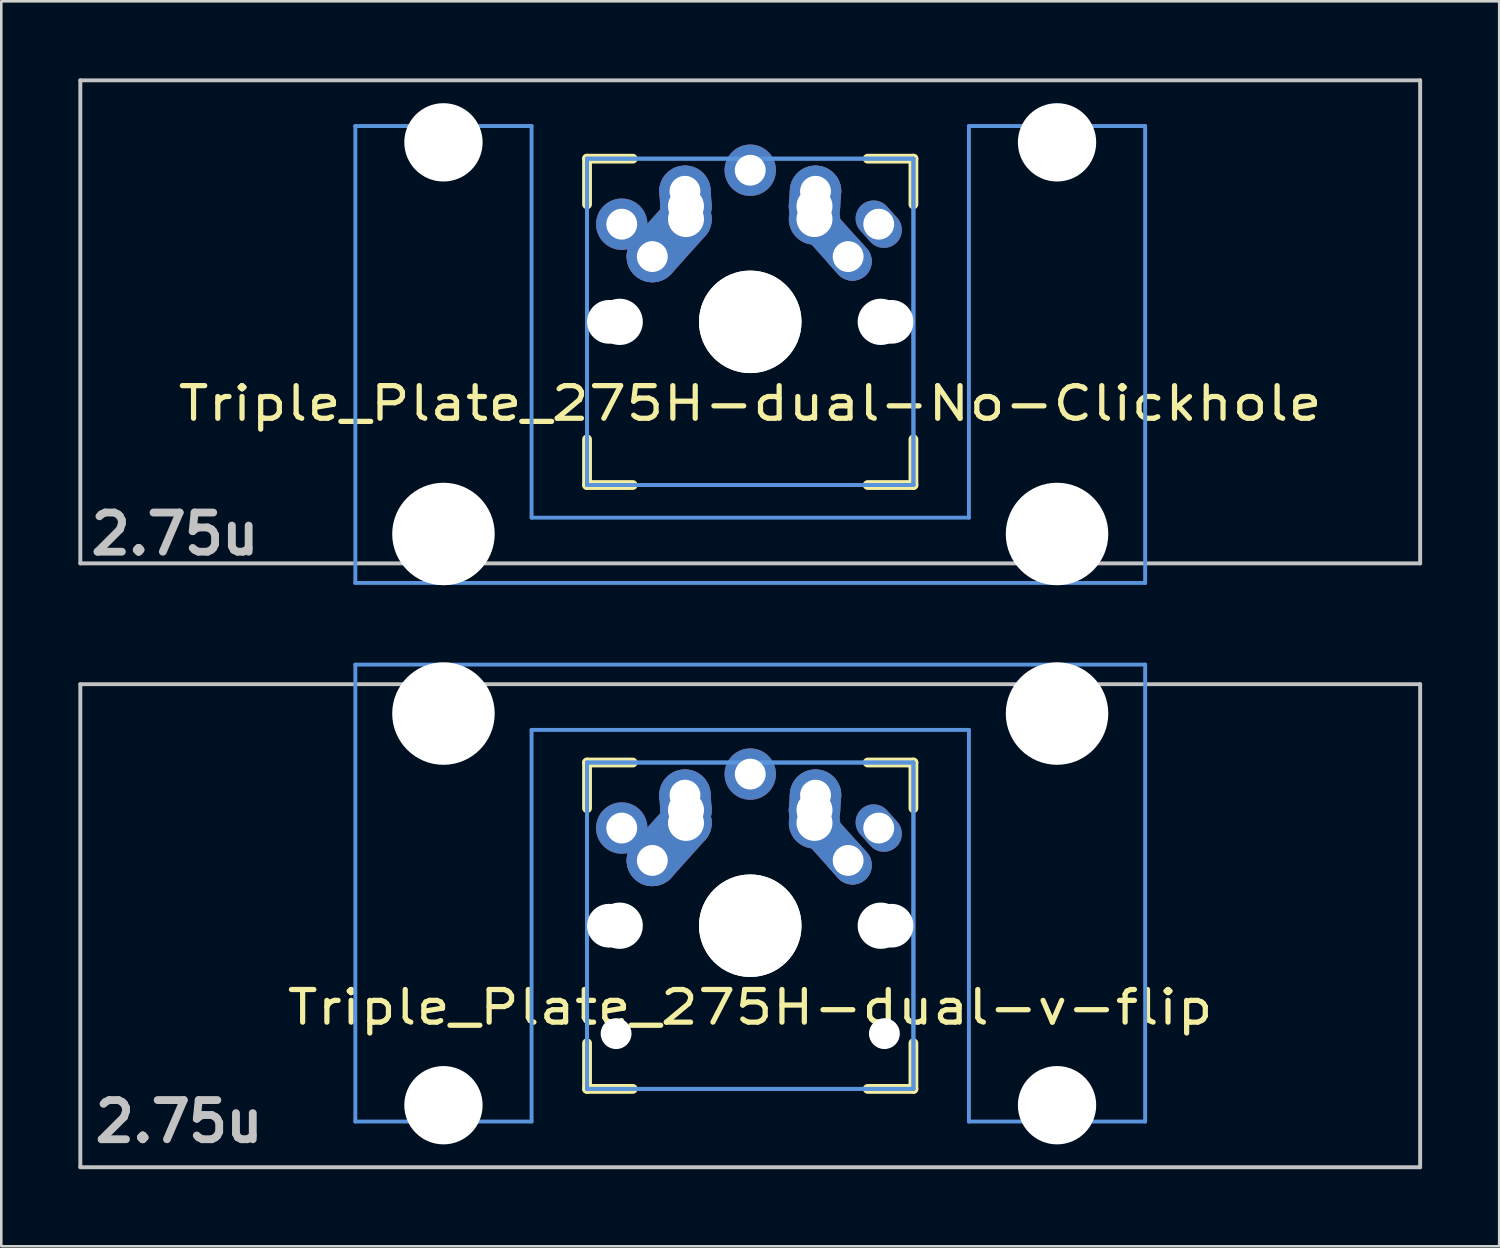
<source format=kicad_pcb>
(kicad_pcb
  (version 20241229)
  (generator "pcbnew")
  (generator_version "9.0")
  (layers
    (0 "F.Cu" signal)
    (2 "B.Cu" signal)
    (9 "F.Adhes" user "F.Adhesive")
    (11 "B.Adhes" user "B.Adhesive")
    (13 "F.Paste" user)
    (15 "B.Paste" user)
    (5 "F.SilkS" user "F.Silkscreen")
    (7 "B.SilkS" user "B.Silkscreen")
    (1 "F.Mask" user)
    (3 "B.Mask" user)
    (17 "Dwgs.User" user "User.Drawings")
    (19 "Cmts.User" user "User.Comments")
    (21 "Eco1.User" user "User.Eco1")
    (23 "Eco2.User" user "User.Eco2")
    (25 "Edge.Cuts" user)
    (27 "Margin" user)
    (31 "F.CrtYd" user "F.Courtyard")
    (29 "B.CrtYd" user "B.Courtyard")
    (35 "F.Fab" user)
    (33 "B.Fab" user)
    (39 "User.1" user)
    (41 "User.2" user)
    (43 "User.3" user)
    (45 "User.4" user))
  (footprint "Triple_Plate_275H-dual-v-flip"
    (layer "F.Cu")
    (at 26.144 32.972)
    (property "Reference" "Triple_Plate_275H-dual-v-flip" (at 0 3.175 0) (layer "F.SilkS") (effects (font (size 1.27 1.524) (thickness 0.203))))
    (attr through_hole)
    (fp_line (start -6.35 -6.35) (end -4.572 -6.35) (stroke (width 0.381) (type solid)) (layer "F.SilkS"))
    (fp_line (start -6.35 -4.572) (end -6.35 -6.35) (stroke (width 0.381) (type solid)) (layer "F.SilkS"))
    (fp_line (start -6.35 6.35) (end -6.35 4.572) (stroke (width 0.381) (type solid)) (layer "F.SilkS"))
    (fp_line (start -4.572 6.35) (end -6.35 6.35) (stroke (width 0.381) (type solid)) (layer "F.SilkS"))
    (fp_line (start 4.572 -6.35) (end 6.35 -6.35) (stroke (width 0.381) (type solid)) (layer "F.SilkS"))
    (fp_line (start 6.35 -6.35) (end 6.35 -4.572) (stroke (width 0.381) (type solid)) (layer "F.SilkS"))
    (fp_line (start 6.35 4.572) (end 6.35 6.35) (stroke (width 0.381) (type solid)) (layer "F.SilkS"))
    (fp_line (start 6.35 6.35) (end 4.572 6.35) (stroke (width 0.381) (type solid)) (layer "F.SilkS"))
    (fp_line (start -26.068 -9.398) (end 26.068 -9.398) (stroke (width 0.152) (type solid)) (layer "Dwgs.User"))
    (fp_line (start -26.068 9.398) (end -26.068 -9.398) (stroke (width 0.152) (type solid)) (layer "Dwgs.User"))
    (fp_line (start 26.068 -9.398) (end 26.068 9.398) (stroke (width 0.152) (type solid)) (layer "Dwgs.User"))
    (fp_line (start 26.068 9.398) (end -26.068 9.398) (stroke (width 0.152) (type solid)) (layer "Dwgs.User"))
    (fp_line (start -15.367 -10.16) (end -15.367 7.62) (stroke (width 0.152) (type solid)) (layer "Cmts.User"))
    (fp_line (start -15.367 7.62) (end -8.509 7.62) (stroke (width 0.152) (type solid)) (layer "Cmts.User"))
    (fp_line (start -8.509 -7.62) (end 8.509 -7.62) (stroke (width 0.152) (type solid)) (layer "Cmts.User"))
    (fp_line (start -8.509 7.62) (end -8.509 -7.62) (stroke (width 0.152) (type solid)) (layer "Cmts.User"))
    (fp_line (start -6.35 -6.35) (end 6.35 -6.35) (stroke (width 0.152) (type solid)) (layer "Cmts.User"))
    (fp_line (start -6.35 -6.35) (end 6.35 -6.35) (stroke (width 0.152) (type solid)) (layer "Cmts.User"))
    (fp_line (start -6.35 6.35) (end -6.35 -6.35) (stroke (width 0.152) (type solid)) (layer "Cmts.User"))
    (fp_line (start -6.35 6.35) (end -6.35 -6.35) (stroke (width 0.152) (type solid)) (layer "Cmts.User"))
    (fp_line (start 6.35 -6.35) (end 6.35 6.35) (stroke (width 0.152) (type solid)) (layer "Cmts.User"))
    (fp_line (start 6.35 -6.35) (end 6.35 6.35) (stroke (width 0.152) (type solid)) (layer "Cmts.User"))
    (fp_line (start 6.35 6.35) (end -6.35 6.35) (stroke (width 0.152) (type solid)) (layer "Cmts.User"))
    (fp_line (start 6.35 6.35) (end -6.35 6.35) (stroke (width 0.152) (type solid)) (layer "Cmts.User"))
    (fp_line (start 8.509 -7.62) (end 8.509 7.62) (stroke (width 0.152) (type solid)) (layer "Cmts.User"))
    (fp_line (start 8.509 7.62) (end 15.367 7.62) (stroke (width 0.152) (type solid)) (layer "Cmts.User"))
    (fp_line (start 15.367 -10.16) (end -15.367 -10.16) (stroke (width 0.152) (type solid)) (layer "Cmts.User"))
    (fp_line (start 15.367 7.62) (end 15.367 -10.16) (stroke (width 0.152) (type solid)) (layer "Cmts.User"))
    (fp_line (start -16.129 -0.508) (end -15.265 -0.508) (stroke (width 0.152) (type solid)) (layer "Eco2.User"))
    (fp_line (start -16.129 2.286) (end -16.129 -0.508) (stroke (width 0.152) (type solid)) (layer "Eco2.User"))
    (fp_line (start -15.265 -6.604) (end -14.224 -6.604) (stroke (width 0.152) (type solid)) (layer "Eco2.User"))
    (fp_line (start -15.265 -0.508) (end -15.265 -6.604) (stroke (width 0.152) (type solid)) (layer "Eco2.User"))
    (fp_line (start -15.265 2.286) (end -16.129 2.286) (stroke (width 0.152) (type solid)) (layer "Eco2.User"))
    (fp_line (start -15.265 5.69) (end -15.265 2.286) (stroke (width 0.152) (type solid)) (layer "Eco2.User"))
    (fp_line (start -14.224 -7.772) (end -9.652 -7.772) (stroke (width 0.152) (type solid)) (layer "Eco2.User"))
    (fp_line (start -14.224 -6.604) (end -14.224 -7.772) (stroke (width 0.152) (type solid)) (layer "Eco2.User"))
    (fp_line (start -9.652 -7.772) (end -9.652 -6.604) (stroke (width 0.152) (type solid)) (layer "Eco2.User"))
    (fp_line (start -9.652 -6.604) (end -8.611 -6.604) (stroke (width 0.152) (type solid)) (layer "Eco2.User"))
    (fp_line (start -8.611 -6.604) (end -8.611 -5.817) (stroke (width 0.152) (type solid)) (layer "Eco2.User"))
    (fp_line (start -8.611 -5.817) (end -6.985 -5.817) (stroke (width 0.152) (type solid)) (layer "Eco2.User"))
    (fp_line (start -8.611 4.877) (end -8.611 5.69) (stroke (width 0.152) (type solid)) (layer "Eco2.User"))
    (fp_line (start -8.611 5.69) (end -15.265 5.69) (stroke (width 0.152) (type solid)) (layer "Eco2.User"))
    (fp_line (start -7.5 -7.5) (end 7.5 -7.5) (stroke (width 0.152) (type solid)) (layer "Eco2.User"))
    (fp_line (start -7.5 7.5) (end -7.5 -7.5) (stroke (width 0.152) (type solid)) (layer "Eco2.User"))
    (fp_line (start -6.985 -6.985) (end 6.985 -6.985) (stroke (width 0.152) (type solid)) (layer "Eco2.User"))
    (fp_line (start -6.985 -6.985) (end 6.985 -6.985) (stroke (width 0.152) (type solid)) (layer "Eco2.User"))
    (fp_line (start -6.985 -5.817) (end -6.985 -6.985) (stroke (width 0.152) (type solid)) (layer "Eco2.User"))
    (fp_line (start -6.985 4.877) (end -8.611 4.877) (stroke (width 0.152) (type solid)) (layer "Eco2.User"))
    (fp_line (start -6.985 6.985) (end -6.985 -6.985) (stroke (width 0.152) (type solid)) (layer "Eco2.User"))
    (fp_line (start -6.985 6.985) (end -6.985 4.877) (stroke (width 0.152) (type solid)) (layer "Eco2.User"))
    (fp_line (start 6.985 -6.985) (end 6.985 -5.817) (stroke (width 0.152) (type solid)) (layer "Eco2.User"))
    (fp_line (start 6.985 -6.985) (end 6.985 6.985) (stroke (width 0.152) (type solid)) (layer "Eco2.User"))
    (fp_line (start 6.985 -5.817) (end 8.611 -5.817) (stroke (width 0.152) (type solid)) (layer "Eco2.User"))
    (fp_line (start 6.985 4.877) (end 6.985 6.985) (stroke (width 0.152) (type solid)) (layer "Eco2.User"))
    (fp_line (start 6.985 6.985) (end -6.985 6.985) (stroke (width 0.152) (type solid)) (layer "Eco2.User"))
    (fp_line (start 6.985 6.985) (end -6.985 6.985) (stroke (width 0.152) (type solid)) (layer "Eco2.User"))
    (fp_line (start 7.5 -7.5) (end 7.5 7.5) (stroke (width 0.152) (type solid)) (layer "Eco2.User"))
    (fp_line (start 7.5 7.5) (end -7.5 7.5) (stroke (width 0.152) (type solid)) (layer "Eco2.User"))
    (fp_line (start 8.611 -6.604) (end 9.652 -6.604) (stroke (width 0.152) (type solid)) (layer "Eco2.User"))
    (fp_line (start 8.611 -5.817) (end 8.611 -6.604) (stroke (width 0.152) (type solid)) (layer "Eco2.User"))
    (fp_line (start 8.611 4.877) (end 6.985 4.877) (stroke (width 0.152) (type solid)) (layer "Eco2.User"))
    (fp_line (start 8.611 5.69) (end 8.611 4.877) (stroke (width 0.152) (type solid)) (layer "Eco2.User"))
    (fp_line (start 9.652 -7.772) (end 14.224 -7.772) (stroke (width 0.152) (type solid)) (layer "Eco2.User"))
    (fp_line (start 9.652 -6.604) (end 9.652 -7.772) (stroke (width 0.152) (type solid)) (layer "Eco2.User"))
    (fp_line (start 14.224 -7.772) (end 14.224 -6.604) (stroke (width 0.152) (type solid)) (layer "Eco2.User"))
    (fp_line (start 14.224 -6.604) (end 15.265 -6.604) (stroke (width 0.152) (type solid)) (layer "Eco2.User"))
    (fp_line (start 15.265 -6.604) (end 15.265 -0.508) (stroke (width 0.152) (type solid)) (layer "Eco2.User"))
    (fp_line (start 15.265 -0.508) (end 16.129 -0.508) (stroke (width 0.152) (type solid)) (layer "Eco2.User"))
    (fp_line (start 15.265 2.286) (end 15.265 5.69) (stroke (width 0.152) (type solid)) (layer "Eco2.User"))
    (fp_line (start 15.265 5.69) (end 8.611 5.69) (stroke (width 0.152) (type solid)) (layer "Eco2.User"))
    (fp_line (start 16.129 -0.508) (end 16.129 2.286) (stroke (width 0.152) (type solid)) (layer "Eco2.User"))
    (fp_line (start 16.129 2.286) (end 15.265 2.286) (stroke (width 0.152) (type solid)) (layer "Eco2.User"))
    (fp_text user "2.75u" (at -22.225 7.62 180) (layer "Dwgs.User") (effects (font (size 1.524 1.524) (thickness 0.305))))
    (pad "" np_thru_hole circle (at -11.938 -8.255 180) (size 3.988 3.988) (drill 3.988) (layers "*.Cu"))
    (pad "" np_thru_hole circle (at -11.938 6.985 180) (size 3.048 3.048) (drill 3.048) (layers "*.Cu"))
    (pad "" np_thru_hole circle (at -5.5 0) (size 1.7 1.7) (drill 1.7) (layers "*.Cu"))
    (pad "" np_thru_hole circle (at -5.22 4.2) (size 1.2 1.2) (drill 1.2) (layers "*.Cu"))
    (pad "" np_thru_hole circle (at -5.08 0) (size 1.8 1.8) (drill 1.8) (layers "*.Cu"))
    (pad "" np_thru_hole circle (at 0 0) (size 3.988 3.988) (drill 3.988) (layers "*.Cu"))
    (pad "" np_thru_hole circle (at 0 0) (size 3.988 3.988) (drill 3.988) (layers "*.Cu"))
    (pad "" np_thru_hole circle (at 5.08 0) (size 1.8 1.8) (drill 1.8) (layers "*.Cu"))
    (pad "" np_thru_hole circle (at 5.22 4.2) (size 1.2 1.2) (drill 1.2) (layers "*.Cu"))
    (pad "" np_thru_hole circle (at 5.5 0) (size 1.7 1.7) (drill 1.7) (layers "*.Cu"))
    (pad "" np_thru_hole circle (at 11.938 -8.255 180) (size 3.988 3.988) (drill 3.988) (layers "*.Cu"))
    (pad "" np_thru_hole circle (at 11.938 6.985 180) (size 3.048 3.048) (drill 3.048) (layers "*.Cu"))
    (pad "1" thru_hole circle (at -5 -3.8 138.1) (size 2 2) (drill 1.2) (layers "*.Cu" "*.Mask"))
    (pad "1" thru_hole circle (at -3.81 -2.54) (size 2 2) (drill oval 1.2) (layers "*.Cu" "*.Mask"))
    (pad "1" smd oval (at -3.155 -3.27 138.1) (size 2 3.962) (layers "F.Cu" "F.Mask" "F.Paste"))
    (pad "1" smd oval (at -3.155 -3.27 138.1) (size 2 3.962) (layers "B.Cu" "B.Mask" "B.Paste"))
    (pad "1" thru_hole circle (at -2.54 -5.08 330.95) (size 2 2) (drill 1.2) (layers "*.Cu" "*.Mask"))
    (pad "1" smd oval (at -2.52 -4.79 3.945) (size 2 2.581) (layers "F.Cu" "F.Mask" "F.Paste"))
    (pad "1" smd oval (at -2.52 -4.79 3.945) (size 2 2.581) (layers "B.Cu" "B.Mask" "B.Paste"))
    (pad "1" thru_hole circle (at -2.5 -4.5 330.95) (size 2 2) (drill 1.4) (layers "*.Cu" "*.Mask"))
    (pad "1" thru_hole circle (at -2.5 -4 330.95) (size 2 2) (drill 1.4) (layers "*.Cu" "*.Mask"))
    (pad "1" thru_hole oval (at 5 -3.8 221.9) (size 1.4 2) (drill 1.2) (layers "*.Cu" "*.Mask"))
    (pad "2" thru_hole circle (at 0 -5.9) (size 2 2) (drill 1.2) (layers "*.Cu" "*.Mask"))
    (pad "2" thru_hole circle (at 2.5 -4.5 330.95) (size 2 2) (drill 1.4) (layers "*.Cu" "*.Mask"))
    (pad "2" thru_hole circle (at 2.5 -4) (size 2 2) (drill 1.4) (layers "*.Cu" "*.Mask"))
    (pad "2" smd oval (at 2.52 -4.79 356.055) (size 2 2.581) (layers "F.Cu" "F.Mask" "F.Paste"))
    (pad "2" smd oval (at 2.52 -4.79 356.055) (size 2 2.581) (layers "B.Cu" "B.Mask" "B.Paste"))
    (pad "2" thru_hole circle (at 2.54 -5.08 330.95) (size 2 2) (drill 1.2) (layers "*.Cu" "*.Mask"))
    (pad "2" smd oval (at 3.155 -3.27 221.9) (size 1.5 3.962) (layers "F.Cu" "F.Mask" "F.Paste"))
    (pad "2" smd oval (at 3.155 -3.27 221.9) (size 1.5 3.962) (layers "B.Cu" "B.Mask" "B.Paste"))
    (pad "2" thru_hole oval (at 3.81 -2.54 311.9) (size 2 1.5) (drill 1.2) (layers "*.Cu" "*.Mask")))
  (footprint "Triple_Plate_275H-dual-No-Clickhole"
    (layer "F.Cu")
    (at 26.144 9.474)
    (property "Reference" "Triple_Plate_275H-dual-No-Clickhole" (at 0 3.175 0) (layer "F.SilkS") (effects (font (size 1.27 1.524) (thickness 0.203))))
    (attr through_hole)
    (fp_line (start -6.35 -6.35) (end -4.572 -6.35) (stroke (width 0.381) (type solid)) (layer "F.SilkS"))
    (fp_line (start -6.35 -4.572) (end -6.35 -6.35) (stroke (width 0.381) (type solid)) (layer "F.SilkS"))
    (fp_line (start -6.35 6.35) (end -6.35 4.572) (stroke (width 0.381) (type solid)) (layer "F.SilkS"))
    (fp_line (start -4.572 6.35) (end -6.35 6.35) (stroke (width 0.381) (type solid)) (layer "F.SilkS"))
    (fp_line (start 4.572 -6.35) (end 6.35 -6.35) (stroke (width 0.381) (type solid)) (layer "F.SilkS"))
    (fp_line (start 6.35 -6.35) (end 6.35 -4.572) (stroke (width 0.381) (type solid)) (layer "F.SilkS"))
    (fp_line (start 6.35 4.572) (end 6.35 6.35) (stroke (width 0.381) (type solid)) (layer "F.SilkS"))
    (fp_line (start 6.35 6.35) (end 4.572 6.35) (stroke (width 0.381) (type solid)) (layer "F.SilkS"))
    (fp_line (start -26.068 -9.398) (end 26.068 -9.398) (stroke (width 0.152) (type solid)) (layer "Dwgs.User"))
    (fp_line (start -26.068 9.398) (end -26.068 -9.398) (stroke (width 0.152) (type solid)) (layer "Dwgs.User"))
    (fp_line (start 26.068 -9.398) (end 26.068 9.398) (stroke (width 0.152) (type solid)) (layer "Dwgs.User"))
    (fp_line (start 26.068 9.398) (end -26.068 9.398) (stroke (width 0.152) (type solid)) (layer "Dwgs.User"))
    (fp_line (start -15.367 -7.62) (end -15.367 10.16) (stroke (width 0.152) (type solid)) (layer "Cmts.User"))
    (fp_line (start -15.367 10.16) (end 15.367 10.16) (stroke (width 0.152) (type solid)) (layer "Cmts.User"))
    (fp_line (start -8.509 -7.62) (end -15.367 -7.62) (stroke (width 0.152) (type solid)) (layer "Cmts.User"))
    (fp_line (start -8.509 7.62) (end -8.509 -7.62) (stroke (width 0.152) (type solid)) (layer "Cmts.User"))
    (fp_line (start -6.35 -6.35) (end 6.35 -6.35) (stroke (width 0.152) (type solid)) (layer "Cmts.User"))
    (fp_line (start -6.35 -6.35) (end 6.35 -6.35) (stroke (width 0.152) (type solid)) (layer "Cmts.User"))
    (fp_line (start -6.35 6.35) (end -6.35 -6.35) (stroke (width 0.152) (type solid)) (layer "Cmts.User"))
    (fp_line (start -6.35 6.35) (end -6.35 -6.35) (stroke (width 0.152) (type solid)) (layer "Cmts.User"))
    (fp_line (start 6.35 -6.35) (end 6.35 6.35) (stroke (width 0.152) (type solid)) (layer "Cmts.User"))
    (fp_line (start 6.35 -6.35) (end 6.35 6.35) (stroke (width 0.152) (type solid)) (layer "Cmts.User"))
    (fp_line (start 6.35 6.35) (end -6.35 6.35) (stroke (width 0.152) (type solid)) (layer "Cmts.User"))
    (fp_line (start 6.35 6.35) (end -6.35 6.35) (stroke (width 0.152) (type solid)) (layer "Cmts.User"))
    (fp_line (start 8.509 -7.62) (end 8.509 7.62) (stroke (width 0.152) (type solid)) (layer "Cmts.User"))
    (fp_line (start 8.509 7.62) (end -8.509 7.62) (stroke (width 0.152) (type solid)) (layer "Cmts.User"))
    (fp_line (start 15.367 -7.62) (end 8.509 -7.62) (stroke (width 0.152) (type solid)) (layer "Cmts.User"))
    (fp_line (start 15.367 10.16) (end 15.367 -7.62) (stroke (width 0.152) (type solid)) (layer "Cmts.User"))
    (fp_line (start -16.129 -2.286) (end -15.265 -2.286) (stroke (width 0.152) (type solid)) (layer "Eco2.User"))
    (fp_line (start -16.129 0.508) (end -16.129 -2.286) (stroke (width 0.152) (type solid)) (layer "Eco2.User"))
    (fp_line (start -15.265 -5.69) (end -8.611 -5.69) (stroke (width 0.152) (type solid)) (layer "Eco2.User"))
    (fp_line (start -15.265 -2.286) (end -15.265 -5.69) (stroke (width 0.152) (type solid)) (layer "Eco2.User"))
    (fp_line (start -15.265 0.508) (end -16.129 0.508) (stroke (width 0.152) (type solid)) (layer "Eco2.User"))
    (fp_line (start -15.265 6.604) (end -15.265 0.508) (stroke (width 0.152) (type solid)) (layer "Eco2.User"))
    (fp_line (start -14.224 6.604) (end -15.265 6.604) (stroke (width 0.152) (type solid)) (layer "Eco2.User"))
    (fp_line (start -14.224 7.772) (end -14.224 6.604) (stroke (width 0.152) (type solid)) (layer "Eco2.User"))
    (fp_line (start -9.652 6.604) (end -9.652 7.772) (stroke (width 0.152) (type solid)) (layer "Eco2.User"))
    (fp_line (start -9.652 7.772) (end -14.224 7.772) (stroke (width 0.152) (type solid)) (layer "Eco2.User"))
    (fp_line (start -8.611 -5.69) (end -8.611 -4.877) (stroke (width 0.152) (type solid)) (layer "Eco2.User"))
    (fp_line (start -8.611 -4.877) (end -6.985 -4.877) (stroke (width 0.152) (type solid)) (layer "Eco2.User"))
    (fp_line (start -8.611 5.817) (end -8.611 6.604) (stroke (width 0.152) (type solid)) (layer "Eco2.User"))
    (fp_line (start -8.611 6.604) (end -9.652 6.604) (stroke (width 0.152) (type solid)) (layer "Eco2.User"))
    (fp_line (start -6.985 -6.985) (end 6.985 -6.985) (stroke (width 0.152) (type solid)) (layer "Eco2.User"))
    (fp_line (start -6.985 -6.985) (end 6.985 -6.985) (stroke (width 0.152) (type solid)) (layer "Eco2.User"))
    (fp_line (start -6.985 -4.877) (end -6.985 -6.985) (stroke (width 0.152) (type solid)) (layer "Eco2.User"))
    (fp_line (start -6.985 5.817) (end -8.611 5.817) (stroke (width 0.152) (type solid)) (layer "Eco2.User"))
    (fp_line (start -6.985 6.985) (end -6.985 -6.985) (stroke (width 0.152) (type solid)) (layer "Eco2.User"))
    (fp_line (start -6.985 6.985) (end -6.985 5.817) (stroke (width 0.152) (type solid)) (layer "Eco2.User"))
    (fp_line (start 6.985 -6.985) (end 6.985 -4.877) (stroke (width 0.152) (type solid)) (layer "Eco2.User"))
    (fp_line (start 6.985 -6.985) (end 6.985 6.985) (stroke (width 0.152) (type solid)) (layer "Eco2.User"))
    (fp_line (start 6.985 -4.877) (end 8.611 -4.877) (stroke (width 0.152) (type solid)) (layer "Eco2.User"))
    (fp_line (start 6.985 5.817) (end 6.985 6.985) (stroke (width 0.152) (type solid)) (layer "Eco2.User"))
    (fp_line (start 6.985 6.985) (end -6.985 6.985) (stroke (width 0.152) (type solid)) (layer "Eco2.User"))
    (fp_line (start 6.985 6.985) (end -6.985 6.985) (stroke (width 0.152) (type solid)) (layer "Eco2.User"))
    (fp_line (start 8.611 -5.69) (end 15.265 -5.69) (stroke (width 0.152) (type solid)) (layer "Eco2.User"))
    (fp_line (start 8.611 -4.877) (end 8.611 -5.69) (stroke (width 0.152) (type solid)) (layer "Eco2.User"))
    (fp_line (start 8.611 5.817) (end 6.985 5.817) (stroke (width 0.152) (type solid)) (layer "Eco2.User"))
    (fp_line (start 8.611 6.604) (end 8.611 5.817) (stroke (width 0.152) (type solid)) (layer "Eco2.User"))
    (fp_line (start 9.652 6.604) (end 8.611 6.604) (stroke (width 0.152) (type solid)) (layer "Eco2.User"))
    (fp_line (start 9.652 7.772) (end 9.652 6.604) (stroke (width 0.152) (type solid)) (layer "Eco2.User"))
    (fp_line (start 14.224 6.604) (end 14.224 7.772) (stroke (width 0.152) (type solid)) (layer "Eco2.User"))
    (fp_line (start 14.224 7.772) (end 9.652 7.772) (stroke (width 0.152) (type solid)) (layer "Eco2.User"))
    (fp_line (start 15.265 -5.69) (end 15.265 -2.286) (stroke (width 0.152) (type solid)) (layer "Eco2.User"))
    (fp_line (start 15.265 -2.286) (end 16.129 -2.286) (stroke (width 0.152) (type solid)) (layer "Eco2.User"))
    (fp_line (start 15.265 0.508) (end 15.265 6.604) (stroke (width 0.152) (type solid)) (layer "Eco2.User"))
    (fp_line (start 15.265 6.604) (end 14.224 6.604) (stroke (width 0.152) (type solid)) (layer "Eco2.User"))
    (fp_line (start 16.129 -2.286) (end 16.129 0.508) (stroke (width 0.152) (type solid)) (layer "Eco2.User"))
    (fp_line (start 16.129 0.508) (end 15.265 0.508) (stroke (width 0.152) (type solid)) (layer "Eco2.User"))
    (fp_text user "2.75u" (at -22.385 8.255 0) (layer "Dwgs.User") (effects (font (size 1.524 1.524) (thickness 0.305))))
    (pad "" np_thru_hole circle (at -11.938 -6.985) (size 3.048 3.048) (drill 3.048) (layers "*.Cu"))
    (pad "" np_thru_hole circle (at -11.938 8.255) (size 3.988 3.988) (drill 3.988) (layers "*.Cu"))
    (pad "" np_thru_hole circle (at -5.5 0) (size 1.7 1.7) (drill 1.7) (layers "*.Cu"))
    (pad "" np_thru_hole circle (at -5.08 0) (size 1.8 1.8) (drill 1.8) (layers "*.Cu"))
    (pad "" np_thru_hole circle (at 0 0) (size 3.988 3.988) (drill 3.988) (layers "*.Cu"))
    (pad "" np_thru_hole circle (at 0 0) (size 3.988 3.988) (drill 3.988) (layers "*.Cu"))
    (pad "" np_thru_hole circle (at 5.08 0) (size 1.8 1.8) (drill 1.8) (layers "*.Cu"))
    (pad "" np_thru_hole circle (at 5.5 0) (size 1.7 1.7) (drill 1.7) (layers "*.Cu"))
    (pad "" np_thru_hole circle (at 11.938 -6.985) (size 3.048 3.048) (drill 3.048) (layers "*.Cu"))
    (pad "" np_thru_hole circle (at 11.938 8.255) (size 3.988 3.988) (drill 3.988) (layers "*.Cu"))
    (pad "1" thru_hole circle (at -5 -3.8 138.1) (size 2 2) (drill 1.2) (layers "*.Cu" "*.Mask"))
    (pad "1" thru_hole circle (at -3.81 -2.54) (size 2 2) (drill oval 1.2) (layers "*.Cu" "*.Mask"))
    (pad "1" smd oval (at -3.155 -3.27 138.1) (size 2 3.962) (layers "F.Cu" "F.Mask" "F.Paste"))
    (pad "1" smd oval (at -3.155 -3.27 138.1) (size 2 3.962) (layers "B.Cu" "B.Mask" "B.Paste"))
    (pad "1" thru_hole circle (at -2.54 -5.08 330.95) (size 2 2) (drill 1.2) (layers "*.Cu" "*.Mask"))
    (pad "1" smd oval (at -2.52 -4.79 3.945) (size 2 2.581) (layers "F.Cu" "F.Mask" "F.Paste"))
    (pad "1" smd oval (at -2.52 -4.79 3.945) (size 2 2.581) (layers "B.Cu" "B.Mask" "B.Paste"))
    (pad "1" thru_hole circle (at -2.5 -4.5 330.95) (size 2 2) (drill 1.4) (layers "*.Cu" "*.Mask"))
    (pad "1" thru_hole circle (at -2.5 -4 330.95) (size 2 2) (drill 1.4) (layers "*.Cu" "*.Mask"))
    (pad "1" thru_hole oval (at 5 -3.8 221.9) (size 1.4 2) (drill 1.2) (layers "*.Cu" "*.Mask"))
    (pad "2" thru_hole circle (at 0 -5.9) (size 2 2) (drill 1.2) (layers "*.Cu" "*.Mask"))
    (pad "2" thru_hole circle (at 2.5 -4.5 330.95) (size 2 2) (drill 1.4) (layers "*.Cu" "*.Mask"))
    (pad "2" thru_hole circle (at 2.5 -4) (size 2 2) (drill 1.4) (layers "*.Cu" "*.Mask"))
    (pad "2" smd oval (at 2.52 -4.79 356.055) (size 2 2.581) (layers "F.Cu" "F.Mask" "F.Paste"))
    (pad "2" smd oval (at 2.52 -4.79 356.055) (size 2 2.581) (layers "B.Cu" "B.Mask" "B.Paste"))
    (pad "2" thru_hole circle (at 2.54 -5.08 330.95) (size 2 2) (drill 1.2) (layers "*.Cu" "*.Mask"))
    (pad "2" smd oval (at 3.155 -3.27 221.9) (size 1.5 3.962) (layers "F.Cu" "F.Mask" "F.Paste"))
    (pad "2" smd oval (at 3.155 -3.27 221.9) (size 1.5 3.962) (layers "B.Cu" "B.Mask" "B.Paste"))
    (pad "2" thru_hole oval (at 3.81 -2.54 311.9) (size 2 1.5) (drill 1.2) (layers "*.Cu" "*.Mask")))
  (gr_rect
    (start -3 -3)
    (end 55.288 45.446)
    (stroke (width 0.1) (type default))
    (fill no)
    (layer "Edge.Cuts")))
</source>
